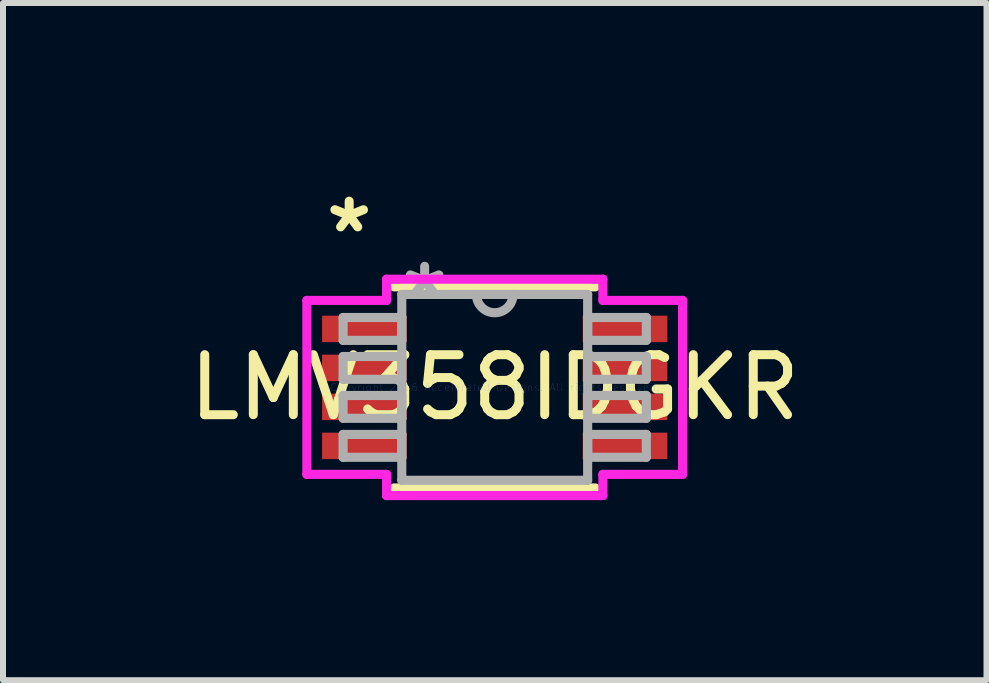
<source format=kicad_pcb>
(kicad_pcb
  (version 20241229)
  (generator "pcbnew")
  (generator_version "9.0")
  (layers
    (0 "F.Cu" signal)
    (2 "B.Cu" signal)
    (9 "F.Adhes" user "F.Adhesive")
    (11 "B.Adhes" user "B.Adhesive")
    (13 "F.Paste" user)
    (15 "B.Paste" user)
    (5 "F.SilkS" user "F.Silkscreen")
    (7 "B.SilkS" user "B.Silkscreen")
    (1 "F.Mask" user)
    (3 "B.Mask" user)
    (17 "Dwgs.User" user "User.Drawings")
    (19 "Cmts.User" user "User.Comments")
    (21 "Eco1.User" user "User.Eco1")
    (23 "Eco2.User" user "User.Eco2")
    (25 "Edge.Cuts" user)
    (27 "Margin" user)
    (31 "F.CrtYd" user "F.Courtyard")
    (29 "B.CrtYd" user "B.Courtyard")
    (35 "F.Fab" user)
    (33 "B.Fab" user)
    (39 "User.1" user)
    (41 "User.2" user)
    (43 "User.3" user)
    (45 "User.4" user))
  (footprint "LMV358IDGKR"
    (layer "F.Cu")
    (at 5.196 3.407)
    (property "Reference" "LMV358IDGKR" (at 0 0 0) (layer "F.SilkS") (effects (font (size 1 1) (thickness 0.15))))
    (attr through_hole)
    (fp_line (start -1.676 1.676) (end 1.676 1.676) (stroke (width 0.152) (type solid)) (layer "F.SilkS"))
    (fp_line (start 1.676 -1.676) (end -1.676 -1.676) (stroke (width 0.152) (type solid)) (layer "F.SilkS"))
    (fp_line (start -3.131 -1.45) (end -1.803 -1.45) (stroke (width 0.152) (type solid)) (layer "F.CrtYd"))
    (fp_line (start -3.131 1.45) (end -3.131 -1.45) (stroke (width 0.152) (type solid)) (layer "F.CrtYd"))
    (fp_line (start -1.803 -1.803) (end 1.803 -1.803) (stroke (width 0.152) (type solid)) (layer "F.CrtYd"))
    (fp_line (start -1.803 -1.45) (end -1.803 -1.803) (stroke (width 0.152) (type solid)) (layer "F.CrtYd"))
    (fp_line (start -1.803 1.45) (end -3.131 1.45) (stroke (width 0.152) (type solid)) (layer "F.CrtYd"))
    (fp_line (start -1.803 1.803) (end -1.803 1.45) (stroke (width 0.152) (type solid)) (layer "F.CrtYd"))
    (fp_line (start 1.803 -1.803) (end 1.803 -1.45) (stroke (width 0.152) (type solid)) (layer "F.CrtYd"))
    (fp_line (start 1.803 -1.45) (end 3.131 -1.45) (stroke (width 0.152) (type solid)) (layer "F.CrtYd"))
    (fp_line (start 1.803 1.45) (end 1.803 1.803) (stroke (width 0.152) (type solid)) (layer "F.CrtYd"))
    (fp_line (start 1.803 1.803) (end -1.803 1.803) (stroke (width 0.152) (type solid)) (layer "F.CrtYd"))
    (fp_line (start 3.131 -1.45) (end 3.131 1.45) (stroke (width 0.152) (type solid)) (layer "F.CrtYd"))
    (fp_line (start 3.131 1.45) (end 1.803 1.45) (stroke (width 0.152) (type solid)) (layer "F.CrtYd"))
    (fp_line (start -2.527 -1.165) (end -2.527 -0.784) (stroke (width 0.152) (type solid)) (layer "F.Fab"))
    (fp_line (start -2.527 -0.784) (end -1.549 -0.784) (stroke (width 0.152) (type solid)) (layer "F.Fab"))
    (fp_line (start -2.527 -0.515) (end -2.527 -0.135) (stroke (width 0.152) (type solid)) (layer "F.Fab"))
    (fp_line (start -2.527 -0.135) (end -1.549 -0.135) (stroke (width 0.152) (type solid)) (layer "F.Fab"))
    (fp_line (start -2.527 0.135) (end -2.527 0.515) (stroke (width 0.152) (type solid)) (layer "F.Fab"))
    (fp_line (start -2.527 0.515) (end -1.549 0.515) (stroke (width 0.152) (type solid)) (layer "F.Fab"))
    (fp_line (start -2.527 0.784) (end -2.527 1.165) (stroke (width 0.152) (type solid)) (layer "F.Fab"))
    (fp_line (start -2.527 1.165) (end -1.549 1.165) (stroke (width 0.152) (type solid)) (layer "F.Fab"))
    (fp_line (start -1.549 -1.549) (end -1.549 1.549) (stroke (width 0.152) (type solid)) (layer "F.Fab"))
    (fp_line (start -1.549 -1.165) (end -2.527 -1.165) (stroke (width 0.152) (type solid)) (layer "F.Fab"))
    (fp_line (start -1.549 -0.784) (end -1.549 -1.165) (stroke (width 0.152) (type solid)) (layer "F.Fab"))
    (fp_line (start -1.549 -0.515) (end -2.527 -0.515) (stroke (width 0.152) (type solid)) (layer "F.Fab"))
    (fp_line (start -1.549 -0.135) (end -1.549 -0.515) (stroke (width 0.152) (type solid)) (layer "F.Fab"))
    (fp_line (start -1.549 0.135) (end -2.527 0.135) (stroke (width 0.152) (type solid)) (layer "F.Fab"))
    (fp_line (start -1.549 0.515) (end -1.549 0.135) (stroke (width 0.152) (type solid)) (layer "F.Fab"))
    (fp_line (start -1.549 0.784) (end -2.527 0.784) (stroke (width 0.152) (type solid)) (layer "F.Fab"))
    (fp_line (start -1.549 1.165) (end -1.549 0.784) (stroke (width 0.152) (type solid)) (layer "F.Fab"))
    (fp_line (start -1.549 1.549) (end 1.549 1.549) (stroke (width 0.152) (type solid)) (layer "F.Fab"))
    (fp_line (start 1.549 -1.549) (end -1.549 -1.549) (stroke (width 0.152) (type solid)) (layer "F.Fab"))
    (fp_line (start 1.549 -1.165) (end 1.549 -0.784) (stroke (width 0.152) (type solid)) (layer "F.Fab"))
    (fp_line (start 1.549 -0.784) (end 2.527 -0.784) (stroke (width 0.152) (type solid)) (layer "F.Fab"))
    (fp_line (start 1.549 -0.515) (end 1.549 -0.135) (stroke (width 0.152) (type solid)) (layer "F.Fab"))
    (fp_line (start 1.549 -0.135) (end 2.527 -0.135) (stroke (width 0.152) (type solid)) (layer "F.Fab"))
    (fp_line (start 1.549 0.135) (end 1.549 0.515) (stroke (width 0.152) (type solid)) (layer "F.Fab"))
    (fp_line (start 1.549 0.515) (end 2.527 0.515) (stroke (width 0.152) (type solid)) (layer "F.Fab"))
    (fp_line (start 1.549 0.784) (end 1.549 1.165) (stroke (width 0.152) (type solid)) (layer "F.Fab"))
    (fp_line (start 1.549 1.165) (end 2.527 1.165) (stroke (width 0.152) (type solid)) (layer "F.Fab"))
    (fp_line (start 1.549 1.549) (end 1.549 -1.549) (stroke (width 0.152) (type solid)) (layer "F.Fab"))
    (fp_line (start 2.527 -1.165) (end 1.549 -1.165) (stroke (width 0.152) (type solid)) (layer "F.Fab"))
    (fp_line (start 2.527 -0.784) (end 2.527 -1.165) (stroke (width 0.152) (type solid)) (layer "F.Fab"))
    (fp_line (start 2.527 -0.515) (end 1.549 -0.515) (stroke (width 0.152) (type solid)) (layer "F.Fab"))
    (fp_line (start 2.527 -0.135) (end 2.527 -0.515) (stroke (width 0.152) (type solid)) (layer "F.Fab"))
    (fp_line (start 2.527 0.135) (end 1.549 0.135) (stroke (width 0.152) (type solid)) (layer "F.Fab"))
    (fp_line (start 2.527 0.515) (end 2.527 0.135) (stroke (width 0.152) (type solid)) (layer "F.Fab"))
    (fp_line (start 2.527 0.784) (end 1.549 0.784) (stroke (width 0.152) (type solid)) (layer "F.Fab"))
    (fp_line (start 2.527 1.165) (end 2.527 0.784) (stroke (width 0.152) (type solid)) (layer "F.Fab"))
    (fp_arc (start 0.3048 -1.5494) (mid 0 -1.2446) (end -0.3048 -1.5494) (stroke (width 0.1524) (type solid)) (layer "F.Fab"))
    (fp_text user "*" (at -2.426 -2.559 0) (layer "F.SilkS") (effects (font (size 1 1) (thickness 0.15))))
    (fp_text user "Copyright 2016 Accelerated Designs. All rights reserved." (at 0 0 0) (layer "Cmts.User") (effects (font (size 0.127 0.127) (thickness 0.002))))
    (fp_text user "*" (at -1.168 -1.473 0) (layer "F.Fab") (effects (font (size 1 1) (thickness 0.15))))
    (pad "1" smd rect (at -2.172 -0.975) (size 1.411 0.441) (layers "F.Cu" "F.Mask" "F.Paste"))
    (pad "2" smd rect (at -2.172 -0.325) (size 1.411 0.441) (layers "F.Cu" "F.Mask" "F.Paste"))
    (pad "3" smd rect (at -2.172 0.325) (size 1.411 0.441) (layers "F.Cu" "F.Mask" "F.Paste"))
    (pad "4" smd rect (at -2.172 0.975) (size 1.411 0.441) (layers "F.Cu" "F.Mask" "F.Paste"))
    (pad "5" smd rect (at 2.172 0.975) (size 1.411 0.441) (layers "F.Cu" "F.Mask" "F.Paste"))
    (pad "6" smd rect (at 2.172 0.325) (size 1.411 0.441) (layers "F.Cu" "F.Mask" "F.Paste"))
    (pad "7" smd rect (at 2.172 -0.325) (size 1.411 0.441) (layers "F.Cu" "F.Mask" "F.Paste"))
    (pad "8" smd rect (at 2.172 -0.975) (size 1.411 0.441) (layers "F.Cu" "F.Mask" "F.Paste")))
  (gr_rect
    (start -3 -3)
    (end 13.393 8.287)
    (stroke (width 0.1) (type default))
    (fill no)
    (layer "Edge.Cuts")))
</source>
